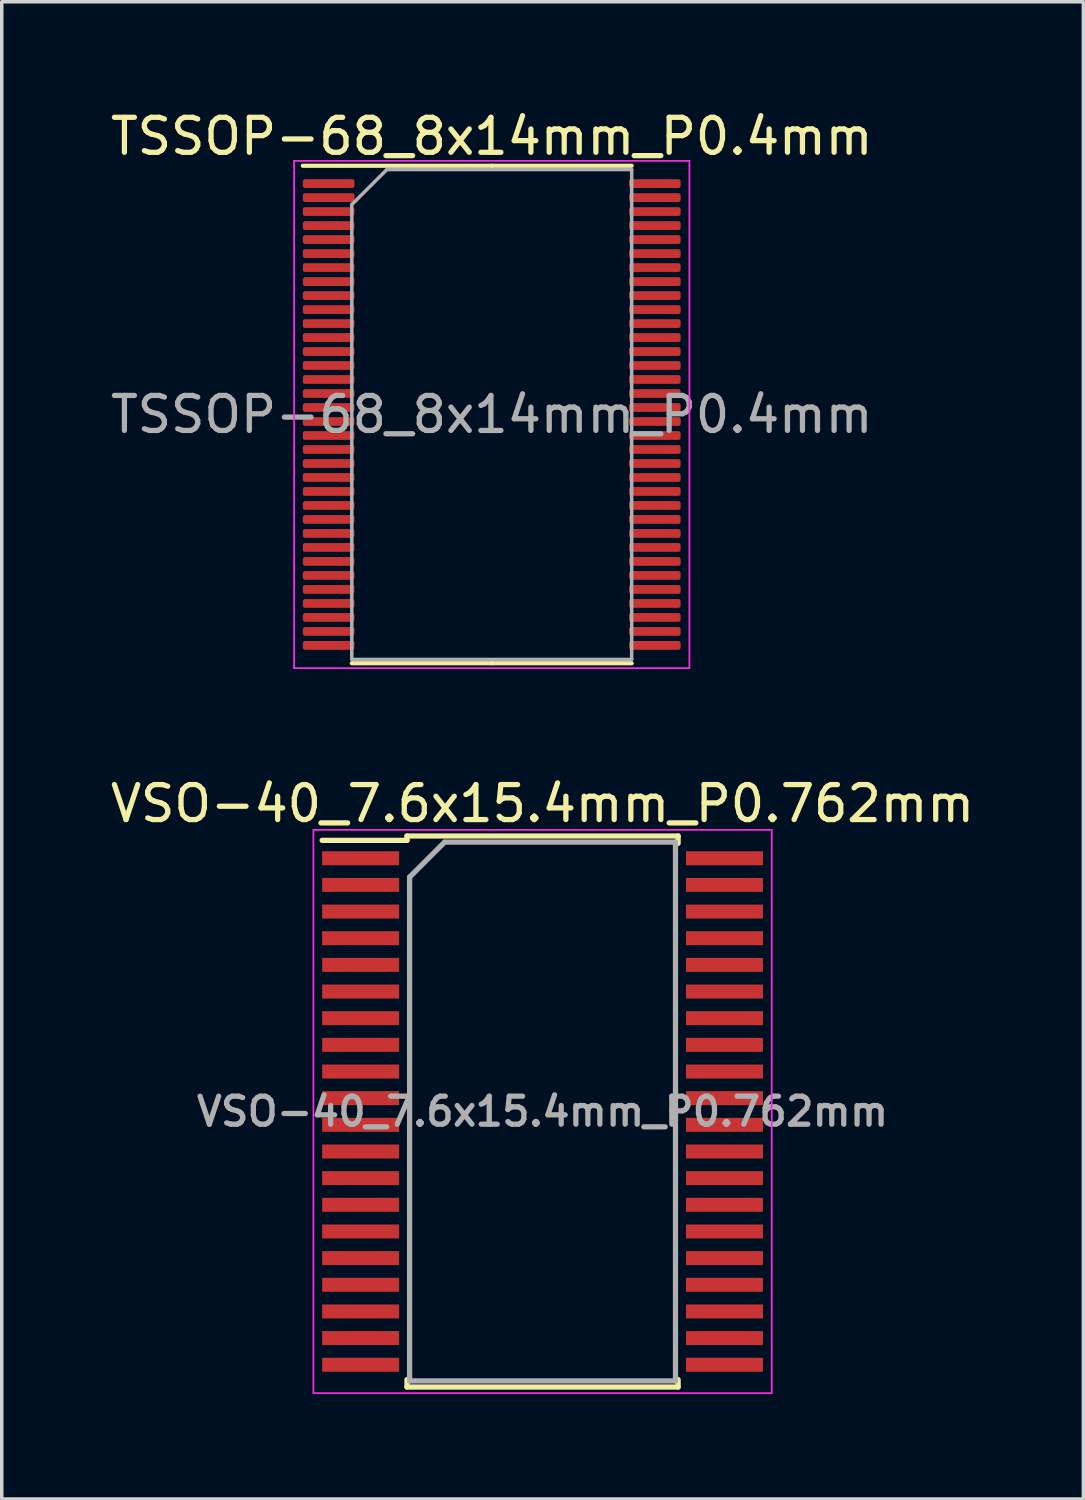
<source format=kicad_pcb>
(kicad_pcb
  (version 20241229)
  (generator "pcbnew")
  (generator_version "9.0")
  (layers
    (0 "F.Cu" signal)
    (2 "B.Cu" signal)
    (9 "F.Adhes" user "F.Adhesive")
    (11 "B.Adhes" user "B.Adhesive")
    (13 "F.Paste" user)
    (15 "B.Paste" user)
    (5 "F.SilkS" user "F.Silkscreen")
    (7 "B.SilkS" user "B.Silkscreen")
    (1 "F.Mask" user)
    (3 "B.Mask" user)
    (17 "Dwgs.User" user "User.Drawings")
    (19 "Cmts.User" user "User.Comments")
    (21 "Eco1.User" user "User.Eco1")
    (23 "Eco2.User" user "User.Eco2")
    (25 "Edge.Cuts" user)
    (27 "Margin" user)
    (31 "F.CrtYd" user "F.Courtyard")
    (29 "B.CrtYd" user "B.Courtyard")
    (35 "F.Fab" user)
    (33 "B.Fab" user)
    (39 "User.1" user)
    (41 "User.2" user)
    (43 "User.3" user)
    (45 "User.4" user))
  (footprint "VSO-40_7.6x15.4mm_P0.762mm"
    (layer "F.Cu")
    (at 12.458 28.721)
    (property "Reference" "VSO-40_7.6x15.4mm_P0.762mm" (at 0 -8.8 0) (layer "F.SilkS") (effects (font (size 1 1) (thickness 0.15))))
    (attr smd)
    (fp_line (start -3.875 -7.875) (end -3.875 -7.75) (stroke (width 0.15) (type solid)) (layer "F.SilkS"))
    (fp_line (start -3.875 -7.875) (end 3.875 -7.875) (stroke (width 0.15) (type solid)) (layer "F.SilkS"))
    (fp_line (start -3.875 -7.75) (end -6.3 -7.75) (stroke (width 0.15) (type solid)) (layer "F.SilkS"))
    (fp_line (start -3.875 7.875) (end -3.875 7.664) (stroke (width 0.15) (type solid)) (layer "F.SilkS"))
    (fp_line (start -3.875 7.875) (end 3.875 7.875) (stroke (width 0.15) (type solid)) (layer "F.SilkS"))
    (fp_line (start 3.875 -7.875) (end 3.875 -7.664) (stroke (width 0.15) (type solid)) (layer "F.SilkS"))
    (fp_line (start 3.875 7.875) (end 3.875 7.664) (stroke (width 0.15) (type solid)) (layer "F.SilkS"))
    (fp_line (start -6.55 -8.05) (end -6.55 8.05) (stroke (width 0.05) (type solid)) (layer "F.CrtYd"))
    (fp_line (start -6.55 -8.05) (end 6.55 -8.05) (stroke (width 0.05) (type solid)) (layer "F.CrtYd"))
    (fp_line (start -6.55 8.05) (end 6.55 8.05) (stroke (width 0.05) (type solid)) (layer "F.CrtYd"))
    (fp_line (start 6.55 -8.05) (end 6.55 8.05) (stroke (width 0.05) (type solid)) (layer "F.CrtYd"))
    (fp_line (start -3.8 -6.7) (end -2.8 -7.7) (stroke (width 0.15) (type solid)) (layer "F.Fab"))
    (fp_line (start -3.8 7.7) (end -3.8 -6.7) (stroke (width 0.15) (type solid)) (layer "F.Fab"))
    (fp_line (start -2.8 -7.7) (end 3.8 -7.7) (stroke (width 0.15) (type solid)) (layer "F.Fab"))
    (fp_line (start 3.8 -7.7) (end 3.8 7.7) (stroke (width 0.15) (type solid)) (layer "F.Fab"))
    (fp_line (start 3.8 7.7) (end -3.8 7.7) (stroke (width 0.15) (type solid)) (layer "F.Fab"))
    (fp_text user "${REFERENCE}" (at 0 0 0) (layer "F.Fab") (effects (font (size 0.8 0.8) (thickness 0.15))))
    (pad "1" smd rect (at -5.2 -7.239) (size 2.2 0.4) (layers "F.Cu" "F.Mask" "F.Paste"))
    (pad "2" smd rect (at -5.2 -6.477) (size 2.2 0.4) (layers "F.Cu" "F.Mask" "F.Paste"))
    (pad "3" smd rect (at -5.2 -5.715) (size 2.2 0.4) (layers "F.Cu" "F.Mask" "F.Paste"))
    (pad "4" smd rect (at -5.2 -4.953) (size 2.2 0.4) (layers "F.Cu" "F.Mask" "F.Paste"))
    (pad "5" smd rect (at -5.2 -4.191) (size 2.2 0.4) (layers "F.Cu" "F.Mask" "F.Paste"))
    (pad "6" smd rect (at -5.2 -3.429) (size 2.2 0.4) (layers "F.Cu" "F.Mask" "F.Paste"))
    (pad "7" smd rect (at -5.2 -2.667) (size 2.2 0.4) (layers "F.Cu" "F.Mask" "F.Paste"))
    (pad "8" smd rect (at -5.2 -1.905) (size 2.2 0.4) (layers "F.Cu" "F.Mask" "F.Paste"))
    (pad "9" smd rect (at -5.2 -1.143) (size 2.2 0.4) (layers "F.Cu" "F.Mask" "F.Paste"))
    (pad "10" smd rect (at -5.2 -0.381) (size 2.2 0.4) (layers "F.Cu" "F.Mask" "F.Paste"))
    (pad "11" smd rect (at -5.2 0.381) (size 2.2 0.4) (layers "F.Cu" "F.Mask" "F.Paste"))
    (pad "12" smd rect (at -5.2 1.143) (size 2.2 0.4) (layers "F.Cu" "F.Mask" "F.Paste"))
    (pad "13" smd rect (at -5.2 1.905) (size 2.2 0.4) (layers "F.Cu" "F.Mask" "F.Paste"))
    (pad "14" smd rect (at -5.2 2.667) (size 2.2 0.4) (layers "F.Cu" "F.Mask" "F.Paste"))
    (pad "15" smd rect (at -5.2 3.429) (size 2.2 0.4) (layers "F.Cu" "F.Mask" "F.Paste"))
    (pad "16" smd rect (at -5.2 4.191) (size 2.2 0.4) (layers "F.Cu" "F.Mask" "F.Paste"))
    (pad "17" smd rect (at -5.2 4.953) (size 2.2 0.4) (layers "F.Cu" "F.Mask" "F.Paste"))
    (pad "18" smd rect (at -5.2 5.715) (size 2.2 0.4) (layers "F.Cu" "F.Mask" "F.Paste"))
    (pad "19" smd rect (at -5.2 6.477) (size 2.2 0.4) (layers "F.Cu" "F.Mask" "F.Paste"))
    (pad "20" smd rect (at -5.2 7.239) (size 2.2 0.4) (layers "F.Cu" "F.Mask" "F.Paste"))
    (pad "21" smd rect (at 5.2 7.239) (size 2.2 0.4) (layers "F.Cu" "F.Mask" "F.Paste"))
    (pad "22" smd rect (at 5.2 6.477) (size 2.2 0.4) (layers "F.Cu" "F.Mask" "F.Paste"))
    (pad "23" smd rect (at 5.2 5.715) (size 2.2 0.4) (layers "F.Cu" "F.Mask" "F.Paste"))
    (pad "24" smd rect (at 5.2 4.953) (size 2.2 0.4) (layers "F.Cu" "F.Mask" "F.Paste"))
    (pad "25" smd rect (at 5.2 4.191) (size 2.2 0.4) (layers "F.Cu" "F.Mask" "F.Paste"))
    (pad "26" smd rect (at 5.2 3.429) (size 2.2 0.4) (layers "F.Cu" "F.Mask" "F.Paste"))
    (pad "27" smd rect (at 5.2 2.667) (size 2.2 0.4) (layers "F.Cu" "F.Mask" "F.Paste"))
    (pad "28" smd rect (at 5.2 1.905) (size 2.2 0.4) (layers "F.Cu" "F.Mask" "F.Paste"))
    (pad "29" smd rect (at 5.2 1.143) (size 2.2 0.4) (layers "F.Cu" "F.Mask" "F.Paste"))
    (pad "30" smd rect (at 5.2 0.381) (size 2.2 0.4) (layers "F.Cu" "F.Mask" "F.Paste"))
    (pad "31" smd rect (at 5.2 -0.381) (size 2.2 0.4) (layers "F.Cu" "F.Mask" "F.Paste"))
    (pad "32" smd rect (at 5.2 -1.143) (size 2.2 0.4) (layers "F.Cu" "F.Mask" "F.Paste"))
    (pad "33" smd rect (at 5.2 -1.905) (size 2.2 0.4) (layers "F.Cu" "F.Mask" "F.Paste"))
    (pad "34" smd rect (at 5.2 -2.667) (size 2.2 0.4) (layers "F.Cu" "F.Mask" "F.Paste"))
    (pad "35" smd rect (at 5.2 -3.429) (size 2.2 0.4) (layers "F.Cu" "F.Mask" "F.Paste"))
    (pad "36" smd rect (at 5.2 -4.191) (size 2.2 0.4) (layers "F.Cu" "F.Mask" "F.Paste"))
    (pad "37" smd rect (at 5.2 -4.953) (size 2.2 0.4) (layers "F.Cu" "F.Mask" "F.Paste"))
    (pad "38" smd rect (at 5.2 -5.715) (size 2.2 0.4) (layers "F.Cu" "F.Mask" "F.Paste"))
    (pad "39" smd rect (at 5.2 -6.477) (size 2.2 0.4) (layers "F.Cu" "F.Mask" "F.Paste"))
    (pad "40" smd rect (at 5.2 -7.239) (size 2.2 0.4) (layers "F.Cu" "F.Mask" "F.Paste")))
  (footprint "TSSOP-68_8x14mm_P0.4mm"
    (layer "F.Cu")
    (at 11.006 8.798)
    (property "Reference" "TSSOP-68_8x14mm_P0.4mm" (at 0 -7.95 0) (layer "F.SilkS") (effects (font (size 1 1) (thickness 0.15))))
    (attr smd)
    (fp_line (start 0 -7.11) (end -5.4 -7.11) (stroke (width 0.12) (type solid)) (layer "F.SilkS"))
    (fp_line (start 0 -7.11) (end 4 -7.11) (stroke (width 0.12) (type solid)) (layer "F.SilkS"))
    (fp_line (start 0 7.11) (end -4 7.11) (stroke (width 0.12) (type solid)) (layer "F.SilkS"))
    (fp_line (start 0 7.11) (end 4 7.11) (stroke (width 0.12) (type solid)) (layer "F.SilkS"))
    (fp_line (start -5.65 -7.25) (end -5.65 7.25) (stroke (width 0.05) (type solid)) (layer "F.CrtYd"))
    (fp_line (start -5.65 7.25) (end 5.65 7.25) (stroke (width 0.05) (type solid)) (layer "F.CrtYd"))
    (fp_line (start 5.65 -7.25) (end -5.65 -7.25) (stroke (width 0.05) (type solid)) (layer "F.CrtYd"))
    (fp_line (start 5.65 7.25) (end 5.65 -7.25) (stroke (width 0.05) (type solid)) (layer "F.CrtYd"))
    (fp_line (start -4 -6) (end -3 -7) (stroke (width 0.1) (type solid)) (layer "F.Fab"))
    (fp_line (start -4 7) (end -4 -6) (stroke (width 0.1) (type solid)) (layer "F.Fab"))
    (fp_line (start -3 -7) (end 4 -7) (stroke (width 0.1) (type solid)) (layer "F.Fab"))
    (fp_line (start 4 -7) (end 4 7) (stroke (width 0.1) (type solid)) (layer "F.Fab"))
    (fp_line (start 4 7) (end -4 7) (stroke (width 0.1) (type solid)) (layer "F.Fab"))
    (fp_text user "${REFERENCE}" (at 0 0 0) (layer "F.Fab") (effects (font (size 1 1) (thickness 0.15))))
    (pad "1" smd roundrect (at -4.662 -6.6) (size 1.475 0.25) (layers "F.Cu" "F.Mask" "F.Paste") (roundrect_rratio 0.25))
    (pad "2" smd roundrect (at -4.662 -6.2) (size 1.475 0.25) (layers "F.Cu" "F.Mask" "F.Paste") (roundrect_rratio 0.25))
    (pad "3" smd roundrect (at -4.662 -5.8) (size 1.475 0.25) (layers "F.Cu" "F.Mask" "F.Paste") (roundrect_rratio 0.25))
    (pad "4" smd roundrect (at -4.662 -5.4) (size 1.475 0.25) (layers "F.Cu" "F.Mask" "F.Paste") (roundrect_rratio 0.25))
    (pad "5" smd roundrect (at -4.662 -5) (size 1.475 0.25) (layers "F.Cu" "F.Mask" "F.Paste") (roundrect_rratio 0.25))
    (pad "6" smd roundrect (at -4.662 -4.6) (size 1.475 0.25) (layers "F.Cu" "F.Mask" "F.Paste") (roundrect_rratio 0.25))
    (pad "7" smd roundrect (at -4.662 -4.2) (size 1.475 0.25) (layers "F.Cu" "F.Mask" "F.Paste") (roundrect_rratio 0.25))
    (pad "8" smd roundrect (at -4.662 -3.8) (size 1.475 0.25) (layers "F.Cu" "F.Mask" "F.Paste") (roundrect_rratio 0.25))
    (pad "9" smd roundrect (at -4.662 -3.4) (size 1.475 0.25) (layers "F.Cu" "F.Mask" "F.Paste") (roundrect_rratio 0.25))
    (pad "10" smd roundrect (at -4.662 -3) (size 1.475 0.25) (layers "F.Cu" "F.Mask" "F.Paste") (roundrect_rratio 0.25))
    (pad "11" smd roundrect (at -4.662 -2.6) (size 1.475 0.25) (layers "F.Cu" "F.Mask" "F.Paste") (roundrect_rratio 0.25))
    (pad "12" smd roundrect (at -4.662 -2.2) (size 1.475 0.25) (layers "F.Cu" "F.Mask" "F.Paste") (roundrect_rratio 0.25))
    (pad "13" smd roundrect (at -4.662 -1.8) (size 1.475 0.25) (layers "F.Cu" "F.Mask" "F.Paste") (roundrect_rratio 0.25))
    (pad "14" smd roundrect (at -4.662 -1.4) (size 1.475 0.25) (layers "F.Cu" "F.Mask" "F.Paste") (roundrect_rratio 0.25))
    (pad "15" smd roundrect (at -4.662 -1) (size 1.475 0.25) (layers "F.Cu" "F.Mask" "F.Paste") (roundrect_rratio 0.25))
    (pad "16" smd roundrect (at -4.662 -0.6) (size 1.475 0.25) (layers "F.Cu" "F.Mask" "F.Paste") (roundrect_rratio 0.25))
    (pad "17" smd roundrect (at -4.662 -0.2) (size 1.475 0.25) (layers "F.Cu" "F.Mask" "F.Paste") (roundrect_rratio 0.25))
    (pad "18" smd roundrect (at -4.662 0.2) (size 1.475 0.25) (layers "F.Cu" "F.Mask" "F.Paste") (roundrect_rratio 0.25))
    (pad "19" smd roundrect (at -4.662 0.6) (size 1.475 0.25) (layers "F.Cu" "F.Mask" "F.Paste") (roundrect_rratio 0.25))
    (pad "20" smd roundrect (at -4.662 1) (size 1.475 0.25) (layers "F.Cu" "F.Mask" "F.Paste") (roundrect_rratio 0.25))
    (pad "21" smd roundrect (at -4.662 1.4) (size 1.475 0.25) (layers "F.Cu" "F.Mask" "F.Paste") (roundrect_rratio 0.25))
    (pad "22" smd roundrect (at -4.662 1.8) (size 1.475 0.25) (layers "F.Cu" "F.Mask" "F.Paste") (roundrect_rratio 0.25))
    (pad "23" smd roundrect (at -4.662 2.2) (size 1.475 0.25) (layers "F.Cu" "F.Mask" "F.Paste") (roundrect_rratio 0.25))
    (pad "24" smd roundrect (at -4.662 2.6) (size 1.475 0.25) (layers "F.Cu" "F.Mask" "F.Paste") (roundrect_rratio 0.25))
    (pad "25" smd roundrect (at -4.662 3) (size 1.475 0.25) (layers "F.Cu" "F.Mask" "F.Paste") (roundrect_rratio 0.25))
    (pad "26" smd roundrect (at -4.662 3.4) (size 1.475 0.25) (layers "F.Cu" "F.Mask" "F.Paste") (roundrect_rratio 0.25))
    (pad "27" smd roundrect (at -4.662 3.8) (size 1.475 0.25) (layers "F.Cu" "F.Mask" "F.Paste") (roundrect_rratio 0.25))
    (pad "28" smd roundrect (at -4.662 4.2) (size 1.475 0.25) (layers "F.Cu" "F.Mask" "F.Paste") (roundrect_rratio 0.25))
    (pad "29" smd roundrect (at -4.662 4.6) (size 1.475 0.25) (layers "F.Cu" "F.Mask" "F.Paste") (roundrect_rratio 0.25))
    (pad "30" smd roundrect (at -4.662 5) (size 1.475 0.25) (layers "F.Cu" "F.Mask" "F.Paste") (roundrect_rratio 0.25))
    (pad "31" smd roundrect (at -4.662 5.4) (size 1.475 0.25) (layers "F.Cu" "F.Mask" "F.Paste") (roundrect_rratio 0.25))
    (pad "32" smd roundrect (at -4.662 5.8) (size 1.475 0.25) (layers "F.Cu" "F.Mask" "F.Paste") (roundrect_rratio 0.25))
    (pad "33" smd roundrect (at -4.662 6.2) (size 1.475 0.25) (layers "F.Cu" "F.Mask" "F.Paste") (roundrect_rratio 0.25))
    (pad "34" smd roundrect (at -4.662 6.6) (size 1.475 0.25) (layers "F.Cu" "F.Mask" "F.Paste") (roundrect_rratio 0.25))
    (pad "35" smd roundrect (at 4.662 6.6) (size 1.475 0.25) (layers "F.Cu" "F.Mask" "F.Paste") (roundrect_rratio 0.25))
    (pad "36" smd roundrect (at 4.662 6.2) (size 1.475 0.25) (layers "F.Cu" "F.Mask" "F.Paste") (roundrect_rratio 0.25))
    (pad "37" smd roundrect (at 4.662 5.8) (size 1.475 0.25) (layers "F.Cu" "F.Mask" "F.Paste") (roundrect_rratio 0.25))
    (pad "38" smd roundrect (at 4.662 5.4) (size 1.475 0.25) (layers "F.Cu" "F.Mask" "F.Paste") (roundrect_rratio 0.25))
    (pad "39" smd roundrect (at 4.662 5) (size 1.475 0.25) (layers "F.Cu" "F.Mask" "F.Paste") (roundrect_rratio 0.25))
    (pad "40" smd roundrect (at 4.662 4.6) (size 1.475 0.25) (layers "F.Cu" "F.Mask" "F.Paste") (roundrect_rratio 0.25))
    (pad "41" smd roundrect (at 4.662 4.2) (size 1.475 0.25) (layers "F.Cu" "F.Mask" "F.Paste") (roundrect_rratio 0.25))
    (pad "42" smd roundrect (at 4.662 3.8) (size 1.475 0.25) (layers "F.Cu" "F.Mask" "F.Paste") (roundrect_rratio 0.25))
    (pad "43" smd roundrect (at 4.662 3.4) (size 1.475 0.25) (layers "F.Cu" "F.Mask" "F.Paste") (roundrect_rratio 0.25))
    (pad "44" smd roundrect (at 4.662 3) (size 1.475 0.25) (layers "F.Cu" "F.Mask" "F.Paste") (roundrect_rratio 0.25))
    (pad "45" smd roundrect (at 4.662 2.6) (size 1.475 0.25) (layers "F.Cu" "F.Mask" "F.Paste") (roundrect_rratio 0.25))
    (pad "46" smd roundrect (at 4.662 2.2) (size 1.475 0.25) (layers "F.Cu" "F.Mask" "F.Paste") (roundrect_rratio 0.25))
    (pad "47" smd roundrect (at 4.662 1.8) (size 1.475 0.25) (layers "F.Cu" "F.Mask" "F.Paste") (roundrect_rratio 0.25))
    (pad "48" smd roundrect (at 4.662 1.4) (size 1.475 0.25) (layers "F.Cu" "F.Mask" "F.Paste") (roundrect_rratio 0.25))
    (pad "49" smd roundrect (at 4.662 1) (size 1.475 0.25) (layers "F.Cu" "F.Mask" "F.Paste") (roundrect_rratio 0.25))
    (pad "50" smd roundrect (at 4.662 0.6) (size 1.475 0.25) (layers "F.Cu" "F.Mask" "F.Paste") (roundrect_rratio 0.25))
    (pad "51" smd roundrect (at 4.662 0.2) (size 1.475 0.25) (layers "F.Cu" "F.Mask" "F.Paste") (roundrect_rratio 0.25))
    (pad "52" smd roundrect (at 4.662 -0.2) (size 1.475 0.25) (layers "F.Cu" "F.Mask" "F.Paste") (roundrect_rratio 0.25))
    (pad "53" smd roundrect (at 4.662 -0.6) (size 1.475 0.25) (layers "F.Cu" "F.Mask" "F.Paste") (roundrect_rratio 0.25))
    (pad "54" smd roundrect (at 4.662 -1) (size 1.475 0.25) (layers "F.Cu" "F.Mask" "F.Paste") (roundrect_rratio 0.25))
    (pad "55" smd roundrect (at 4.662 -1.4) (size 1.475 0.25) (layers "F.Cu" "F.Mask" "F.Paste") (roundrect_rratio 0.25))
    (pad "56" smd roundrect (at 4.662 -1.8) (size 1.475 0.25) (layers "F.Cu" "F.Mask" "F.Paste") (roundrect_rratio 0.25))
    (pad "57" smd roundrect (at 4.662 -2.2) (size 1.475 0.25) (layers "F.Cu" "F.Mask" "F.Paste") (roundrect_rratio 0.25))
    (pad "58" smd roundrect (at 4.662 -2.6) (size 1.475 0.25) (layers "F.Cu" "F.Mask" "F.Paste") (roundrect_rratio 0.25))
    (pad "59" smd roundrect (at 4.662 -3) (size 1.475 0.25) (layers "F.Cu" "F.Mask" "F.Paste") (roundrect_rratio 0.25))
    (pad "60" smd roundrect (at 4.662 -3.4) (size 1.475 0.25) (layers "F.Cu" "F.Mask" "F.Paste") (roundrect_rratio 0.25))
    (pad "61" smd roundrect (at 4.662 -3.8) (size 1.475 0.25) (layers "F.Cu" "F.Mask" "F.Paste") (roundrect_rratio 0.25))
    (pad "62" smd roundrect (at 4.662 -4.2) (size 1.475 0.25) (layers "F.Cu" "F.Mask" "F.Paste") (roundrect_rratio 0.25))
    (pad "63" smd roundrect (at 4.662 -4.6) (size 1.475 0.25) (layers "F.Cu" "F.Mask" "F.Paste") (roundrect_rratio 0.25))
    (pad "64" smd roundrect (at 4.662 -5) (size 1.475 0.25) (layers "F.Cu" "F.Mask" "F.Paste") (roundrect_rratio 0.25))
    (pad "65" smd roundrect (at 4.662 -5.4) (size 1.475 0.25) (layers "F.Cu" "F.Mask" "F.Paste") (roundrect_rratio 0.25))
    (pad "66" smd roundrect (at 4.662 -5.8) (size 1.475 0.25) (layers "F.Cu" "F.Mask" "F.Paste") (roundrect_rratio 0.25))
    (pad "67" smd roundrect (at 4.662 -6.2) (size 1.475 0.25) (layers "F.Cu" "F.Mask" "F.Paste") (roundrect_rratio 0.25))
    (pad "68" smd roundrect (at 4.662 -6.6) (size 1.475 0.25) (layers "F.Cu" "F.Mask" "F.Paste") (roundrect_rratio 0.25)))
  (gr_rect
    (start -3 -3)
    (end 27.917 39.797)
    (stroke (width 0.1) (type default))
    (fill no)
    (layer "Edge.Cuts")))
</source>
